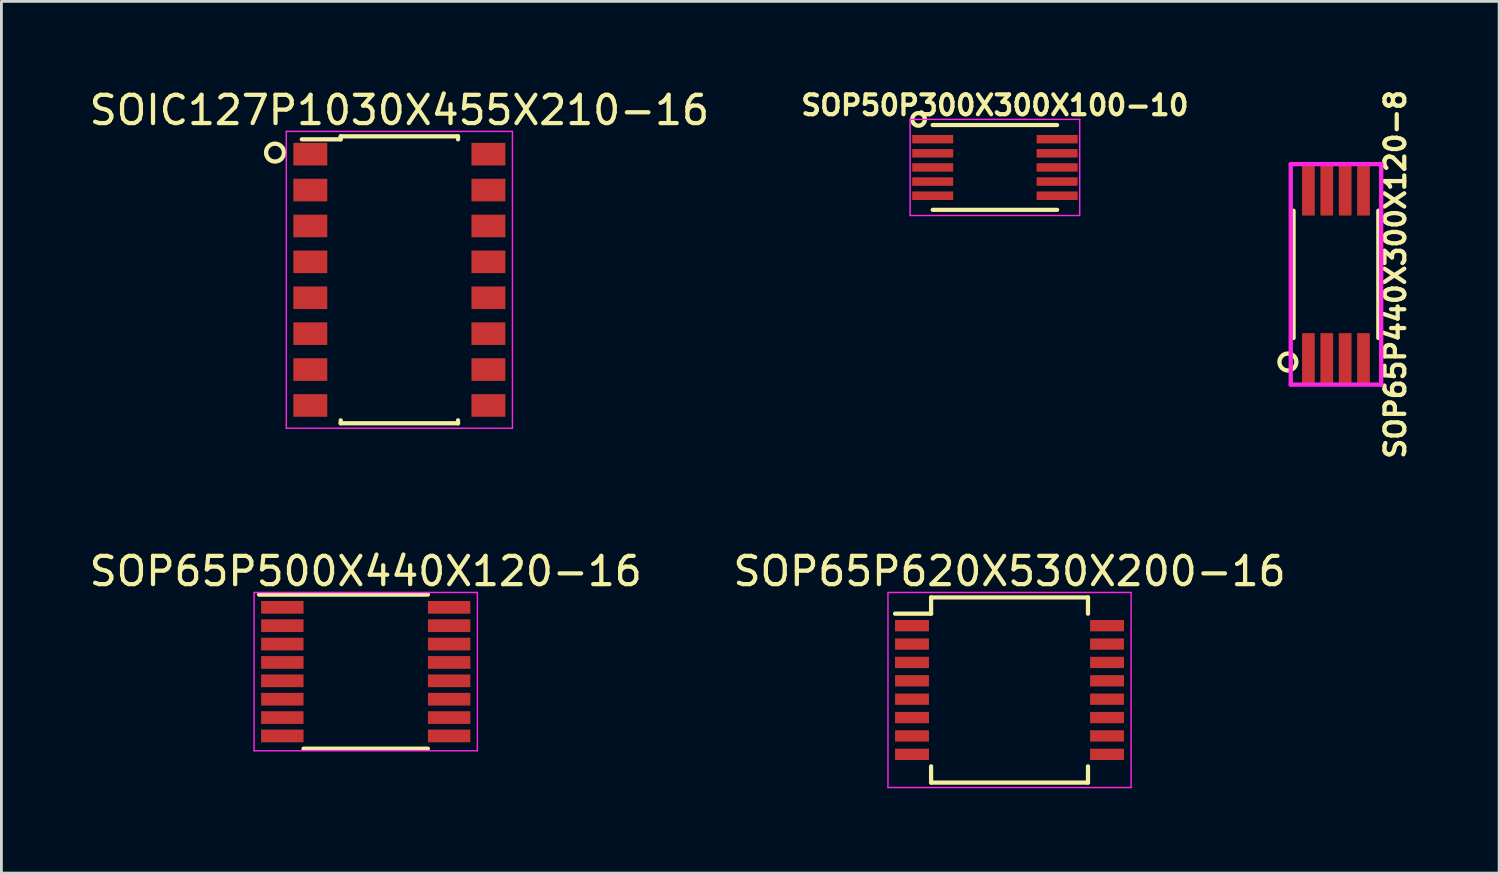
<source format=kicad_pcb>
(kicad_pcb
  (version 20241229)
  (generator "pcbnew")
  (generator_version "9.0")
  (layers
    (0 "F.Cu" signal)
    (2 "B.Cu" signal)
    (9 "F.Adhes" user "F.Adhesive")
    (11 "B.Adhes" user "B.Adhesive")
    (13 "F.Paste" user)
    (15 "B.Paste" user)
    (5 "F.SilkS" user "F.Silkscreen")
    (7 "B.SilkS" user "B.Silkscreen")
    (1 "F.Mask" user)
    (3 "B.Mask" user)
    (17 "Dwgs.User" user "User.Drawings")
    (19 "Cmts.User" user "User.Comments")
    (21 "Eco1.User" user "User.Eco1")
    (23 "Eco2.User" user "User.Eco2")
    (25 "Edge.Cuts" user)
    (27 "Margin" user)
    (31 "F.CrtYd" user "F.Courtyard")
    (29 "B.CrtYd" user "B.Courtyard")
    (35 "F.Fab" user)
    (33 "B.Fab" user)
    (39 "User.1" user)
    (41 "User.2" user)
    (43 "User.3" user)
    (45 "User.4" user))
  (footprint "SOP65P620X530X200-16"
    (layer "F.Cu")
    (at 32.661 21.358)
    (property "Reference" "SOP65P620X530X200-16" (at 0 -4.2 0) (layer "F.SilkS") (effects (font (size 1 1) (thickness 0.15))))
    (attr smd)
    (fp_line (start -2.775 -3.275) (end -2.775 -2.7) (stroke (width 0.15) (type solid)) (layer "F.SilkS"))
    (fp_line (start -2.775 -3.275) (end 2.775 -3.275) (stroke (width 0.15) (type solid)) (layer "F.SilkS"))
    (fp_line (start -2.775 -2.7) (end -4.05 -2.7) (stroke (width 0.15) (type solid)) (layer "F.SilkS"))
    (fp_line (start -2.775 3.275) (end -2.775 2.7) (stroke (width 0.15) (type solid)) (layer "F.SilkS"))
    (fp_line (start -2.775 3.275) (end 2.775 3.275) (stroke (width 0.15) (type solid)) (layer "F.SilkS"))
    (fp_line (start 2.775 -3.275) (end 2.775 -2.7) (stroke (width 0.15) (type solid)) (layer "F.SilkS"))
    (fp_line (start 2.775 3.275) (end 2.775 2.7) (stroke (width 0.15) (type solid)) (layer "F.SilkS"))
    (fp_line (start -4.3 -3.45) (end -4.3 3.45) (stroke (width 0.05) (type solid)) (layer "F.CrtYd"))
    (fp_line (start -4.3 -3.45) (end 4.3 -3.45) (stroke (width 0.05) (type solid)) (layer "F.CrtYd"))
    (fp_line (start -4.3 3.45) (end 4.3 3.45) (stroke (width 0.05) (type solid)) (layer "F.CrtYd"))
    (fp_line (start 4.3 -3.45) (end 4.3 3.45) (stroke (width 0.05) (type solid)) (layer "F.CrtYd"))
    (pad "1" smd rect (at -3.45 -2.275) (size 1.2 0.4) (layers "F.Cu" "F.Mask" "F.Paste"))
    (pad "2" smd rect (at -3.45 -1.625) (size 1.2 0.4) (layers "F.Cu" "F.Mask" "F.Paste"))
    (pad "3" smd rect (at -3.45 -0.975) (size 1.2 0.4) (layers "F.Cu" "F.Mask" "F.Paste"))
    (pad "4" smd rect (at -3.45 -0.325) (size 1.2 0.4) (layers "F.Cu" "F.Mask" "F.Paste"))
    (pad "5" smd rect (at -3.45 0.325) (size 1.2 0.4) (layers "F.Cu" "F.Mask" "F.Paste"))
    (pad "6" smd rect (at -3.45 0.975) (size 1.2 0.4) (layers "F.Cu" "F.Mask" "F.Paste"))
    (pad "7" smd rect (at -3.45 1.625) (size 1.2 0.4) (layers "F.Cu" "F.Mask" "F.Paste"))
    (pad "8" smd rect (at -3.45 2.275) (size 1.2 0.4) (layers "F.Cu" "F.Mask" "F.Paste"))
    (pad "9" smd rect (at 3.45 2.275) (size 1.2 0.4) (layers "F.Cu" "F.Mask" "F.Paste"))
    (pad "10" smd rect (at 3.45 1.625) (size 1.2 0.4) (layers "F.Cu" "F.Mask" "F.Paste"))
    (pad "11" smd rect (at 3.45 0.975) (size 1.2 0.4) (layers "F.Cu" "F.Mask" "F.Paste"))
    (pad "12" smd rect (at 3.45 0.325) (size 1.2 0.4) (layers "F.Cu" "F.Mask" "F.Paste"))
    (pad "13" smd rect (at 3.45 -0.325) (size 1.2 0.4) (layers "F.Cu" "F.Mask" "F.Paste"))
    (pad "14" smd rect (at 3.45 -0.975) (size 1.2 0.4) (layers "F.Cu" "F.Mask" "F.Paste"))
    (pad "15" smd rect (at 3.45 -1.625) (size 1.2 0.4) (layers "F.Cu" "F.Mask" "F.Paste"))
    (pad "16" smd rect (at 3.45 -2.275) (size 1.2 0.4) (layers "F.Cu" "F.Mask" "F.Paste")))
  (footprint "SOIC127P1030X455X210-16"
    (layer "F.Cu")
    (at 11.077 6.848)
    (property "Reference" "SOIC127P1030X455X210-16" (at 0 -6 0) (layer "F.SilkS") (effects (font (size 1 1) (thickness 0.15))))
    (attr smd)
    (fp_line (start -2.075 -5.075) (end -2.075 -4.97) (stroke (width 0.15) (type solid)) (layer "F.SilkS"))
    (fp_line (start -2.075 -5.075) (end 2.075 -5.075) (stroke (width 0.15) (type solid)) (layer "F.SilkS"))
    (fp_line (start -2.075 -4.97) (end -3.45 -4.97) (stroke (width 0.15) (type solid)) (layer "F.SilkS"))
    (fp_line (start -2.075 5.075) (end -2.075 4.97) (stroke (width 0.15) (type solid)) (layer "F.SilkS"))
    (fp_line (start -2.075 5.075) (end 2.075 5.075) (stroke (width 0.15) (type solid)) (layer "F.SilkS"))
    (fp_line (start 2.075 -5.075) (end 2.075 -4.97) (stroke (width 0.15) (type solid)) (layer "F.SilkS"))
    (fp_line (start 2.075 5.075) (end 2.075 4.97) (stroke (width 0.15) (type solid)) (layer "F.SilkS"))
    (fp_circle (center -4.4 -4.5) (end -4.1 -4.4) (stroke (width 0.152) (type solid)) (fill no) (layer "F.SilkS"))
    (fp_line (start -4 -5.25) (end -4 5.25) (stroke (width 0.05) (type solid)) (layer "F.CrtYd"))
    (fp_line (start -4 -5.25) (end 4 -5.25) (stroke (width 0.05) (type solid)) (layer "F.CrtYd"))
    (fp_line (start -4 5.25) (end 4 5.25) (stroke (width 0.05) (type solid)) (layer "F.CrtYd"))
    (fp_line (start 4 -5.25) (end 4 5.25) (stroke (width 0.05) (type solid)) (layer "F.CrtYd"))
    (pad "1" smd rect (at -3.15 -4.445) (size 1.2 0.8) (layers "F.Cu" "F.Mask" "F.Paste"))
    (pad "2" smd rect (at -3.15 -3.175) (size 1.2 0.8) (layers "F.Cu" "F.Mask" "F.Paste"))
    (pad "3" smd rect (at -3.15 -1.905) (size 1.2 0.8) (layers "F.Cu" "F.Mask" "F.Paste"))
    (pad "4" smd rect (at -3.15 -0.635) (size 1.2 0.8) (layers "F.Cu" "F.Mask" "F.Paste"))
    (pad "5" smd rect (at -3.15 0.635) (size 1.2 0.8) (layers "F.Cu" "F.Mask" "F.Paste"))
    (pad "6" smd rect (at -3.15 1.905) (size 1.2 0.8) (layers "F.Cu" "F.Mask" "F.Paste"))
    (pad "7" smd rect (at -3.15 3.175) (size 1.2 0.8) (layers "F.Cu" "F.Mask" "F.Paste"))
    (pad "8" smd rect (at -3.15 4.445) (size 1.2 0.8) (layers "F.Cu" "F.Mask" "F.Paste"))
    (pad "9" smd rect (at 3.15 4.445) (size 1.2 0.8) (layers "F.Cu" "F.Mask" "F.Paste"))
    (pad "10" smd rect (at 3.15 3.175) (size 1.2 0.8) (layers "F.Cu" "F.Mask" "F.Paste"))
    (pad "11" smd rect (at 3.15 1.905) (size 1.2 0.8) (layers "F.Cu" "F.Mask" "F.Paste"))
    (pad "12" smd rect (at 3.15 0.635) (size 1.2 0.8) (layers "F.Cu" "F.Mask" "F.Paste"))
    (pad "13" smd rect (at 3.15 -0.635) (size 1.2 0.8) (layers "F.Cu" "F.Mask" "F.Paste"))
    (pad "14" smd rect (at 3.15 -1.905) (size 1.2 0.8) (layers "F.Cu" "F.Mask" "F.Paste"))
    (pad "15" smd rect (at 3.15 -3.175) (size 1.2 0.8) (layers "F.Cu" "F.Mask" "F.Paste"))
    (pad "16" smd rect (at 3.15 -4.445) (size 1.2 0.8) (layers "F.Cu" "F.Mask" "F.Paste")))
  (footprint "SOP50P300X300X100-10"
    (layer "F.Cu")
    (at 32.143 2.873)
    (property "Reference" "SOP50P300X300X100-10" (at 0 -2.2 0) (layer "F.SilkS") (effects (font (size 0.7 0.7) (thickness 0.15))))
    (attr smd)
    (fp_line (start -2.2 -1.5) (end 2.2 -1.5) (stroke (width 0.15) (type solid)) (layer "F.SilkS"))
    (fp_line (start -2.2 1.5) (end 2.2 1.5) (stroke (width 0.15) (type solid)) (layer "F.SilkS"))
    (fp_circle (center -2.7 -1.7) (end -2.8 -1.9) (stroke (width 0.152) (type solid)) (fill no) (layer "F.SilkS"))
    (fp_line (start -3 -1.7) (end -3 1.7) (stroke (width 0.05) (type solid)) (layer "F.CrtYd"))
    (fp_line (start -3 -1.7) (end 3 -1.7) (stroke (width 0.05) (type solid)) (layer "F.CrtYd"))
    (fp_line (start -3 1.7) (end 3 1.7) (stroke (width 0.05) (type solid)) (layer "F.CrtYd"))
    (fp_line (start 3 -1.7) (end 3 1.7) (stroke (width 0.05) (type solid)) (layer "F.CrtYd"))
    (pad "1" smd rect (at -2.2 -1) (size 1.45 0.3) (layers "F.Cu" "F.Mask" "F.Paste"))
    (pad "2" smd rect (at -2.2 -0.5) (size 1.45 0.3) (layers "F.Cu" "F.Mask" "F.Paste"))
    (pad "3" smd rect (at -2.2 0) (size 1.45 0.3) (layers "F.Cu" "F.Mask" "F.Paste"))
    (pad "4" smd rect (at -2.2 0.5) (size 1.45 0.3) (layers "F.Cu" "F.Mask" "F.Paste"))
    (pad "5" smd rect (at -2.2 1) (size 1.45 0.3) (layers "F.Cu" "F.Mask" "F.Paste"))
    (pad "6" smd rect (at 2.2 1) (size 1.45 0.3) (layers "F.Cu" "F.Mask" "F.Paste"))
    (pad "7" smd rect (at 2.2 0.5) (size 1.45 0.3) (layers "F.Cu" "F.Mask" "F.Paste"))
    (pad "8" smd rect (at 2.2 0) (size 1.45 0.3) (layers "F.Cu" "F.Mask" "F.Paste"))
    (pad "9" smd rect (at 2.2 -0.5) (size 1.45 0.3) (layers "F.Cu" "F.Mask" "F.Paste"))
    (pad "10" smd rect (at 2.2 -1) (size 1.45 0.3) (layers "F.Cu" "F.Mask" "F.Paste")))
  (footprint "SOP65P440X300X120-8"
    (layer "F.Cu")
    (at 44.208 6.655)
    (property "Reference" "SOP65P440X300X120-8" (at 2.1 0 90) (layer "F.SilkS") (effects (font (size 0.7 0.7) (thickness 0.15))))
    (attr through_hole)
    (fp_line (start -1.5 -2.25) (end -1.5 2.25) (stroke (width 0.152) (type solid)) (layer "F.SilkS"))
    (fp_line (start 1.5 -2.25) (end 1.5 2.25) (stroke (width 0.152) (type solid)) (layer "F.SilkS"))
    (fp_circle (center -1.7 3.1) (end -1.4 3.1) (stroke (width 0.152) (type solid)) (fill no) (layer "F.SilkS"))
    (fp_line (start -1.6 -3.9) (end -1.6 3.9) (stroke (width 0.152) (type solid)) (layer "F.CrtYd"))
    (fp_line (start -1.6 -3.9) (end 1.6 -3.9) (stroke (width 0.152) (type solid)) (layer "F.CrtYd"))
    (fp_line (start 1.6 -3.9) (end 1.6 3.9) (stroke (width 0.152) (type solid)) (layer "F.CrtYd"))
    (fp_line (start 1.6 3.9) (end -1.6 3.9) (stroke (width 0.152) (type solid)) (layer "F.CrtYd"))
    (pad "1" smd rect (at -0.975 2.97) (size 0.45 1.78) (layers "F.Cu" "F.Mask" "F.Paste"))
    (pad "2" smd rect (at -0.325 2.97) (size 0.45 1.78) (layers "F.Cu" "F.Mask" "F.Paste"))
    (pad "3" smd rect (at 0.325 2.97) (size 0.45 1.78) (layers "F.Cu" "F.Mask" "F.Paste"))
    (pad "4" smd rect (at 0.975 2.97) (size 0.45 1.78) (layers "F.Cu" "F.Mask" "F.Paste"))
    (pad "5" smd rect (at 0.975 -2.97) (size 0.45 1.78) (layers "F.Cu" "F.Mask" "F.Paste"))
    (pad "6" smd rect (at 0.325 -2.97) (size 0.45 1.78) (layers "F.Cu" "F.Mask" "F.Paste"))
    (pad "7" smd rect (at -0.325 -2.97) (size 0.45 1.78) (layers "F.Cu" "F.Mask" "F.Paste"))
    (pad "8" smd rect (at -0.975 -2.97) (size 0.45 1.78) (layers "F.Cu" "F.Mask" "F.Paste")))
  (footprint "SOP65P500X440X120-16"
    (layer "F.Cu")
    (at 9.887 20.708)
    (property "Reference" "SOP65P500X440X120-16" (at 0 -3.55 0) (layer "F.SilkS") (effects (font (size 1 1) (thickness 0.15))))
    (attr smd)
    (fp_line (start -3.775 -2.725) (end 2.2 -2.725) (stroke (width 0.15) (type solid)) (layer "F.SilkS"))
    (fp_line (start -2.2 2.725) (end 2.2 2.725) (stroke (width 0.15) (type solid)) (layer "F.SilkS"))
    (fp_circle (center -4.4 -2.3) (end -4.1 -2.3) (stroke (width 0.152) (type solid)) (fill no) (layer "B.Paste"))
    (fp_line (start -3.95 -2.8) (end -3.95 2.8) (stroke (width 0.05) (type solid)) (layer "F.CrtYd"))
    (fp_line (start -3.95 -2.8) (end 3.95 -2.8) (stroke (width 0.05) (type solid)) (layer "F.CrtYd"))
    (fp_line (start -3.95 2.8) (end 3.95 2.8) (stroke (width 0.05) (type solid)) (layer "F.CrtYd"))
    (fp_line (start 3.95 -2.8) (end 3.95 2.8) (stroke (width 0.05) (type solid)) (layer "F.CrtYd"))
    (pad "1" smd rect (at -2.95 -2.275) (size 1.5 0.45) (layers "F.Cu" "F.Mask" "F.Paste"))
    (pad "2" smd rect (at -2.95 -1.625) (size 1.5 0.45) (layers "F.Cu" "F.Mask" "F.Paste"))
    (pad "3" smd rect (at -2.95 -0.975) (size 1.5 0.45) (layers "F.Cu" "F.Mask" "F.Paste"))
    (pad "4" smd rect (at -2.95 -0.325) (size 1.5 0.45) (layers "F.Cu" "F.Mask" "F.Paste"))
    (pad "5" smd rect (at -2.95 0.325) (size 1.5 0.45) (layers "F.Cu" "F.Mask" "F.Paste"))
    (pad "6" smd rect (at -2.95 0.975) (size 1.5 0.45) (layers "F.Cu" "F.Mask" "F.Paste"))
    (pad "7" smd rect (at -2.95 1.625) (size 1.5 0.45) (layers "F.Cu" "F.Mask" "F.Paste"))
    (pad "8" smd rect (at -2.95 2.275) (size 1.5 0.45) (layers "F.Cu" "F.Mask" "F.Paste"))
    (pad "9" smd rect (at 2.95 2.275) (size 1.5 0.45) (layers "F.Cu" "F.Mask" "F.Paste"))
    (pad "10" smd rect (at 2.95 1.625) (size 1.5 0.45) (layers "F.Cu" "F.Mask" "F.Paste"))
    (pad "11" smd rect (at 2.95 0.975) (size 1.5 0.45) (layers "F.Cu" "F.Mask" "F.Paste"))
    (pad "12" smd rect (at 2.95 0.325) (size 1.5 0.45) (layers "F.Cu" "F.Mask" "F.Paste"))
    (pad "13" smd rect (at 2.95 -0.325) (size 1.5 0.45) (layers "F.Cu" "F.Mask" "F.Paste"))
    (pad "14" smd rect (at 2.95 -0.975) (size 1.5 0.45) (layers "F.Cu" "F.Mask" "F.Paste"))
    (pad "15" smd rect (at 2.95 -1.625) (size 1.5 0.45) (layers "F.Cu" "F.Mask" "F.Paste"))
    (pad "16" smd rect (at 2.95 -2.275) (size 1.5 0.45) (layers "F.Cu" "F.Mask" "F.Paste")))
  (gr_rect
    (start -3 -3)
    (end 49.98 27.833)
    (stroke (width 0.1) (type default))
    (fill no)
    (layer "Edge.Cuts")))
</source>
